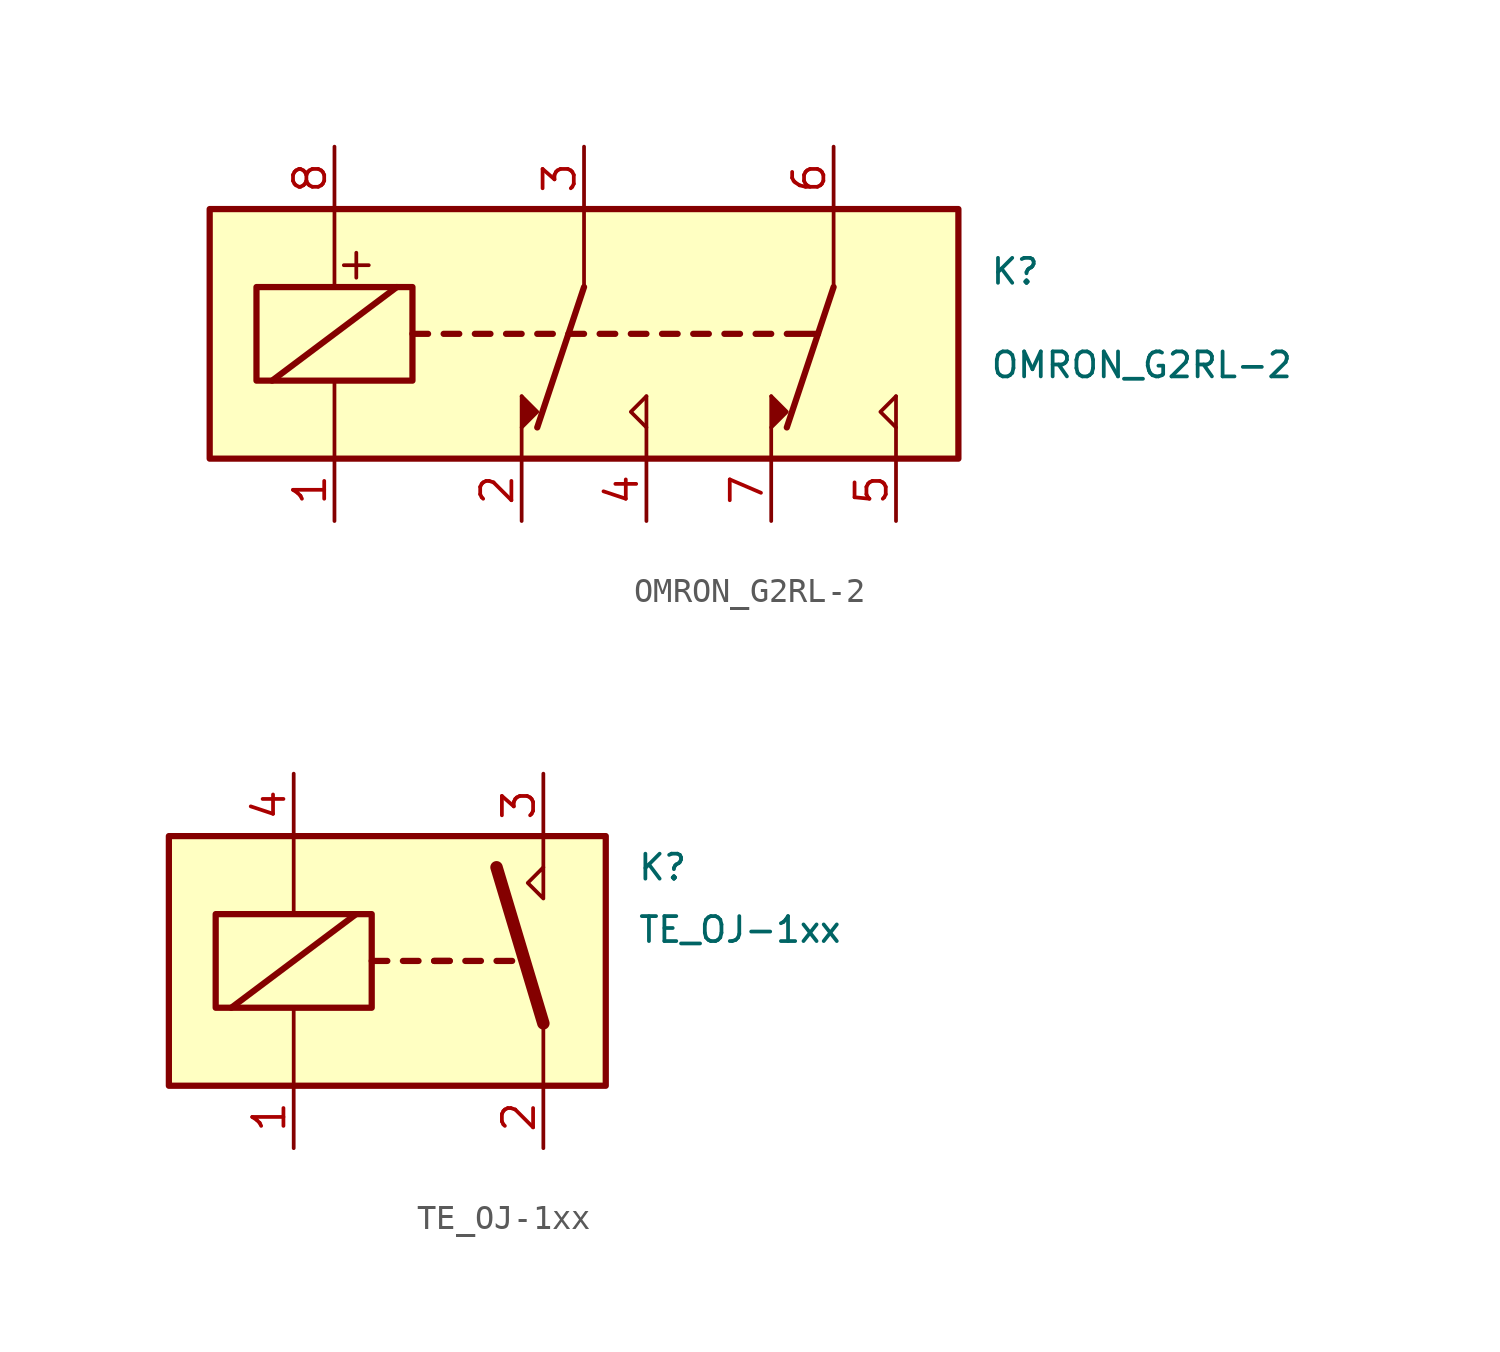
<source format=kicad_sym>
(kicad_symbol_lib
  (version 20211014)
  (generator kicad_symbol_editor)
  (symbol "OMRON_G2RL-2"
    (pin_names
      (offset 1.016))
    (property "Reference" "K"
      (at 16.51 2.54 0)
      (effects (font (size 1.016 1.016)) (justify left)))
    (property "Value" "OMRON_G2RL-2"
      (at 16.51 -1.27 0)
      (effects (font (size 1.016 1.016)) (justify left)))
    (symbol "OMRON_G2RL-2_0_1"
      (rectangle (start -15.24 5.08) (end 15.24 -5.08) (stroke (width 0.254) (type default) (color 0 0 0 0)) (fill (type background)))
      (rectangle (start -13.335 1.905) (end -6.985 -1.905) (stroke (width 0.254) (type default) (color 0 0 0 0)) (fill (type none)))
      (polyline (pts (xy -12.7 -1.905) (xy -7.62 1.905)) (stroke (width 0.254) (type default) (color 0 0 0 0)) (fill (type none)))
      (polyline (pts (xy -10.16 -5.08) (xy -10.16 -1.905)) (stroke (width 0) (type default) (color 0 0 0 0)) (fill (type none)))
      (polyline (pts (xy -10.16 5.08) (xy -10.16 1.905)) (stroke (width 0) (type default) (color 0 0 0 0)) (fill (type none)))
      (polyline (pts (xy -9.779 2.794) (xy -8.763 2.794)) (stroke (width 0) (type default) (color 0 0 0 0)) (fill (type none)))
      (polyline (pts (xy -9.271 3.302) (xy -9.271 2.286)) (stroke (width 0) (type default) (color 0 0 0 0)) (fill (type none)))
      (polyline (pts (xy -6.985 0) (xy -6.35 0)) (stroke (width 0.254) (type default) (color 0 0 0 0)) (fill (type none)))
      (polyline (pts (xy -5.715 0) (xy -5.08 0)) (stroke (width 0.254) (type default) (color 0 0 0 0)) (fill (type none)))
      (polyline (pts (xy -4.445 0) (xy -3.81 0)) (stroke (width 0.254) (type default) (color 0 0 0 0)) (fill (type none)))
      (polyline (pts (xy -3.175 0) (xy -2.54 0)) (stroke (width 0.254) (type default) (color 0 0 0 0)) (fill (type none)))
      (polyline (pts (xy -2.54 -2.54) (xy -2.54 -5.08)) (stroke (width 0) (type default) (color 0 0 0 0)) (fill (type none)))
      (polyline (pts (xy -1.905 0) (xy -1.27 0)) (stroke (width 0.254) (type default) (color 0 0 0 0)) (fill (type none)))
      (polyline (pts (xy -0.635 0) (xy 0 0)) (stroke (width 0.254) (type default) (color 0 0 0 0)) (fill (type none)))
      (polyline (pts (xy 0 1.905) (xy -1.905 -3.81)) (stroke (width 0.254) (type default) (color 0 0 0 0)) (fill (type none)))
      (polyline (pts (xy 0 5.08) (xy 0 1.905)) (stroke (width 0) (type default) (color 0 0 0 0)) (fill (type none)))
      (polyline (pts (xy 0.635 0) (xy 1.27 0)) (stroke (width 0.254) (type default) (color 0 0 0 0)) (fill (type none)))
      (polyline (pts (xy 1.905 0) (xy 2.54 0)) (stroke (width 0.254) (type default) (color 0 0 0 0)) (fill (type none)))
      (polyline (pts (xy 2.54 -5.08) (xy 2.54 -2.54)) (stroke (width 0) (type default) (color 0 0 0 0)) (fill (type none)))
      (polyline (pts (xy 3.175 0) (xy 3.81 0)) (stroke (width 0.254) (type default) (color 0 0 0 0)) (fill (type none)))
      (polyline (pts (xy 4.445 0) (xy 5.08 0)) (stroke (width 0.254) (type default) (color 0 0 0 0)) (fill (type none)))
      (polyline (pts (xy 5.715 0) (xy 6.35 0)) (stroke (width 0.254) (type default) (color 0 0 0 0)) (fill (type none)))
      (polyline (pts (xy 6.985 0) (xy 7.62 0)) (stroke (width 0.254) (type default) (color 0 0 0 0)) (fill (type none)))
      (polyline (pts (xy 7.62 -5.08) (xy 7.62 -2.54)) (stroke (width 0) (type default) (color 0 0 0 0)) (fill (type none)))
      (polyline (pts (xy 8.255 0) (xy 9.525 0)) (stroke (width 0.254) (type default) (color 0 0 0 0)) (fill (type none)))
      (polyline (pts (xy 10.16 1.905) (xy 8.255 -3.81)) (stroke (width 0.254) (type default) (color 0 0 0 0)) (fill (type none)))
      (polyline (pts (xy 10.16 5.08) (xy 10.16 1.905)) (stroke (width 0) (type default) (color 0 0 0 0)) (fill (type none)))
      (polyline (pts (xy 12.7 -5.08) (xy 12.7 -2.54)) (stroke (width 0) (type default) (color 0 0 0 0)) (fill (type none)))
      (polyline (pts (xy -2.54 -3.81) (xy -1.905 -3.175) (xy -2.54 -2.54)) (stroke (width 0) (type default) (color 0 0 0 0)) (fill (type outline)))
      (polyline (pts (xy 2.54 -3.81) (xy 1.905 -3.175) (xy 2.54 -2.54)) (stroke (width 0) (type default) (color 0 0 0 0)) (fill (type none)))
      (polyline (pts (xy 7.62 -3.81) (xy 8.255 -3.175) (xy 7.62 -2.54)) (stroke (width 0) (type default) (color 0 0 0 0)) (fill (type outline)))
      (polyline (pts (xy 12.7 -3.81) (xy 12.065 -3.175) (xy 12.7 -2.54)) (stroke (width 0) (type default) (color 0 0 0 0)) (fill (type none))))
    (symbol "OMRON_G2RL-2_1_1"
      (pin passive line (at -10.16 -7.62 90) (length 2.54) (name "~" (effects (font (size 1.27 1.27)))) (number "1" (effects (font (size 1.27 1.27)))))
      (pin passive line (at -2.54 -7.62 90) (length 2.54) (name "~" (effects (font (size 1.27 1.27)))) (number "2" (effects (font (size 1.27 1.27)))))
      (pin passive line (at 0 7.62 270) (length 2.54) (name "~" (effects (font (size 1.27 1.27)))) (number "3" (effects (font (size 1.27 1.27)))))
      (pin passive line (at 2.54 -7.62 90) (length 2.54) (name "~" (effects (font (size 1.27 1.27)))) (number "4" (effects (font (size 1.27 1.27)))))
      (pin passive line (at 12.7 -7.62 90) (length 2.54) (name "~" (effects (font (size 1.27 1.27)))) (number "5" (effects (font (size 1.27 1.27)))))
      (pin passive line (at 10.16 7.62 270) (length 2.54) (name "~" (effects (font (size 1.27 1.27)))) (number "6" (effects (font (size 1.27 1.27)))))
      (pin passive line (at 7.62 -7.62 90) (length 2.54) (name "~" (effects (font (size 1.27 1.27)))) (number "7" (effects (font (size 1.27 1.27)))))
      (pin passive line (at -10.16 7.62 270) (length 2.54) (name "~" (effects (font (size 1.27 1.27)))) (number "8" (effects (font (size 1.27 1.27)))))))
  (symbol "TE_OJ-1xx"
    (property "Reference" "K"
      (at 8.89 3.81 0)
      (effects (font (size 1.016 1.016)) (justify left)))
    (property "Value" "TE_OJ-1xx"
      (at 8.89 1.27 0)
      (effects (font (size 1.016 1.016)) (justify left)))
    (symbol "TE_OJ-1xx_0_0"
      (polyline (pts (xy 5.08 3.81) (xy 5.08 5.08)) (stroke (width 0) (type default) (color 0 0 0 0)) (fill (type none)))
      (polyline (pts (xy 5.08 3.81) (xy 5.08 2.54) (xy 4.445 3.175) (xy 5.08 3.81)) (stroke (width 0) (type default) (color 0 0 0 0)) (fill (type none))))
    (symbol "TE_OJ-1xx_0_1"
      (rectangle (start -10.16 5.08) (end 7.62 -5.08) (stroke (width 0.254) (type default) (color 0 0 0 0)) (fill (type background)))
      (rectangle (start -8.255 1.905) (end -1.905 -1.905) (stroke (width 0.254) (type default) (color 0 0 0 0)) (fill (type none)))
      (polyline (pts (xy -7.62 -1.905) (xy -2.54 1.905)) (stroke (width 0.254) (type default) (color 0 0 0 0)) (fill (type none)))
      (polyline (pts (xy -5.08 -5.08) (xy -5.08 -1.905)) (stroke (width 0) (type default) (color 0 0 0 0)) (fill (type none)))
      (polyline (pts (xy -5.08 5.08) (xy -5.08 1.905)) (stroke (width 0) (type default) (color 0 0 0 0)) (fill (type none)))
      (polyline (pts (xy -1.905 0) (xy -1.27 0)) (stroke (width 0.254) (type default) (color 0 0 0 0)) (fill (type none)))
      (polyline (pts (xy -0.635 0) (xy 0 0)) (stroke (width 0.254) (type default) (color 0 0 0 0)) (fill (type none)))
      (polyline (pts (xy 0.635 0) (xy 1.27 0)) (stroke (width 0.254) (type default) (color 0 0 0 0)) (fill (type none)))
      (polyline (pts (xy 0.635 0) (xy 1.27 0)) (stroke (width 0.254) (type default) (color 0 0 0 0)) (fill (type none)))
      (polyline (pts (xy 1.905 0) (xy 2.54 0)) (stroke (width 0.254) (type default) (color 0 0 0 0)) (fill (type none)))
      (polyline (pts (xy 3.175 0) (xy 3.81 0)) (stroke (width 0.254) (type default) (color 0 0 0 0)) (fill (type none)))
      (polyline (pts (xy 5.08 -2.54) (xy 3.175 3.81)) (stroke (width 0.508) (type default) (color 0 0 0 0)) (fill (type none)))
      (polyline (pts (xy 5.08 -2.54) (xy 5.08 -5.08)) (stroke (width 0) (type default) (color 0 0 0 0)) (fill (type none))))
    (symbol "TE_OJ-1xx_1_1"
      (pin passive line (at -5.08 -7.62 90) (length 2.54) (name "~" (effects (font (size 1.27 1.27)))) (number "1" (effects (font (size 1.27 1.27)))))
      (pin passive line (at 5.08 -7.62 90) (length 2.54) (name "~" (effects (font (size 1.27 1.27)))) (number "2" (effects (font (size 1.27 1.27)))))
      (pin passive line (at 5.08 7.62 270) (length 2.54) (name "~" (effects (font (size 1.27 1.27)))) (number "3" (effects (font (size 1.27 1.27)))))
      (pin passive line (at -5.08 7.62 270) (length 2.54) (name "~" (effects (font (size 1.27 1.27)))) (number "4" (effects (font (size 1.27 1.27))))))))
</source>
